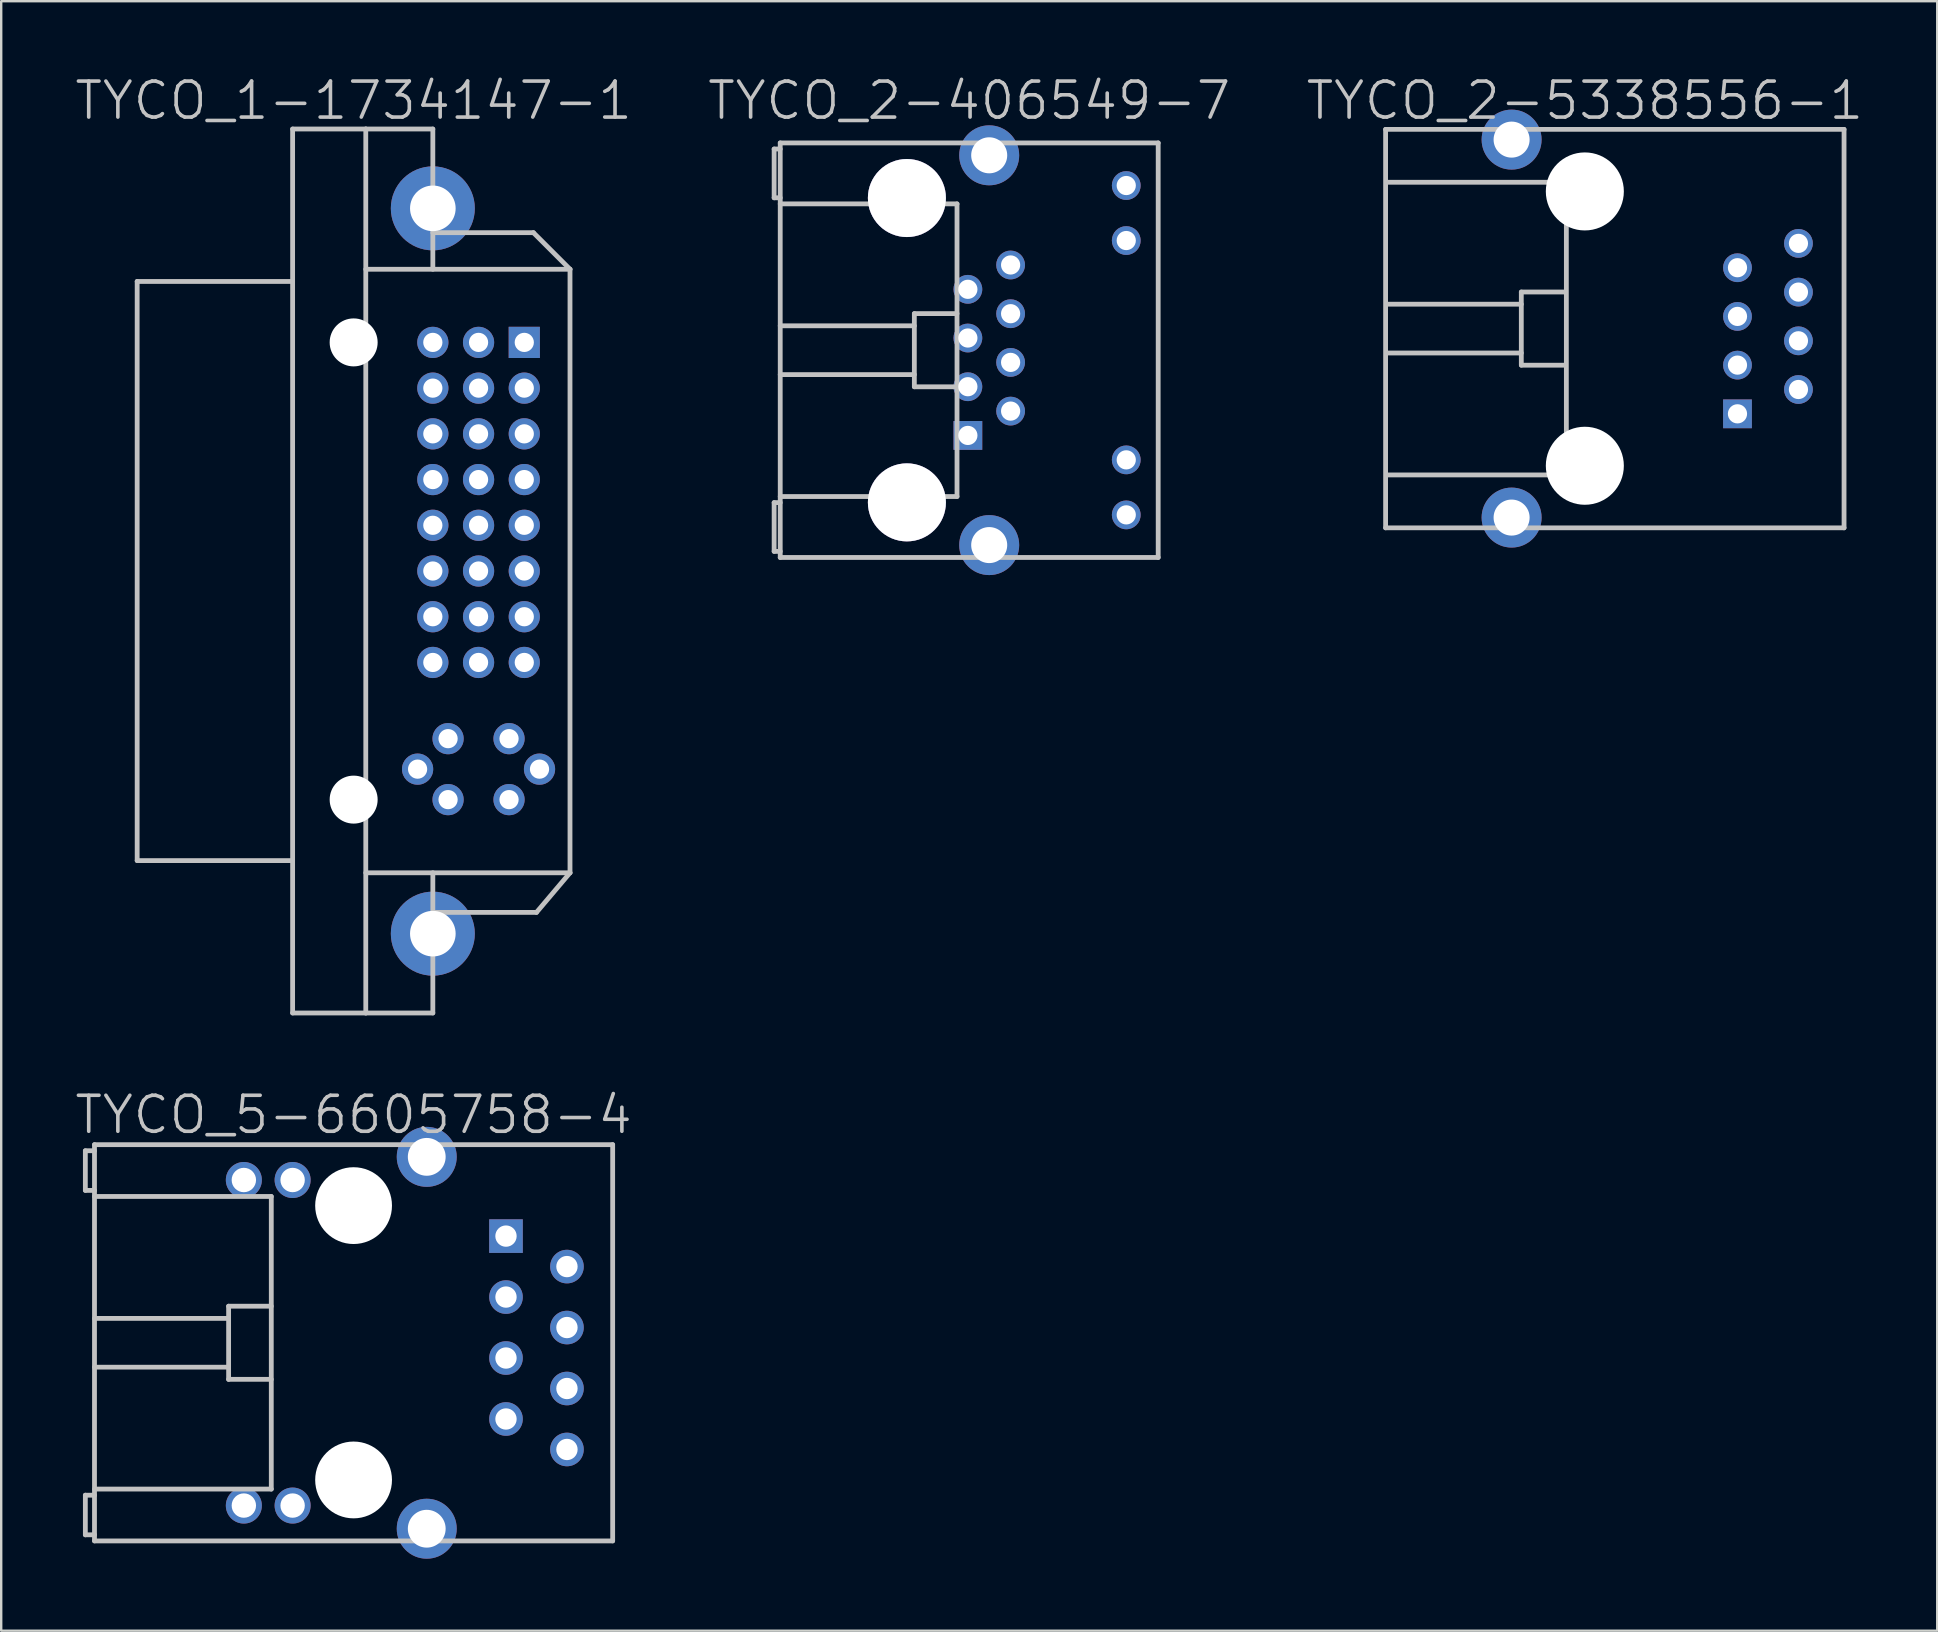
<source format=kicad_pcb>
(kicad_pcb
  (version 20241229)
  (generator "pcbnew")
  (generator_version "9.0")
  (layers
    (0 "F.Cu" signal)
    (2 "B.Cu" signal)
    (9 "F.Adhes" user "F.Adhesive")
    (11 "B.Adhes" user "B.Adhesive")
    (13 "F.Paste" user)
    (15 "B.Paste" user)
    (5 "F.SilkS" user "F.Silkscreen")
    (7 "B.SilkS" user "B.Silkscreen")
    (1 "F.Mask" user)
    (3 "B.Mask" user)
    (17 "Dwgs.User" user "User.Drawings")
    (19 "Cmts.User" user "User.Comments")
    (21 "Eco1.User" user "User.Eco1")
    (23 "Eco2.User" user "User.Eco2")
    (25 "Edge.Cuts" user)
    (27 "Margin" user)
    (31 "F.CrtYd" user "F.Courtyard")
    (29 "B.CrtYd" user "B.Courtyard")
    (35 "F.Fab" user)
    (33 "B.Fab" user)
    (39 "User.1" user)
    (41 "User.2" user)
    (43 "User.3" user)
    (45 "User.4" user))
  (footprint "TYCO_1-1734147-1"
    (layer "F.Cu")
    (at 11.682 20.741)
    (property "Reference" "TYCO_1-1734147-1" (at 0 -19.6 180) (layer "Dwgs.User") (effects (font (size 1.5 1.5) (thickness 0.15))))
    (attr through_hole)
    (fp_line (start -9.017 -12.065) (end -9.017 12.065) (stroke (width 0.2) (type solid)) (layer "Dwgs.User"))
    (fp_line (start -9.017 -12.065) (end -2.54 -12.065) (stroke (width 0.2) (type solid)) (layer "Dwgs.User"))
    (fp_line (start -9.017 12.065) (end -2.54 12.065) (stroke (width 0.2) (type solid)) (layer "Dwgs.User"))
    (fp_line (start -2.54 -18.415) (end -2.54 18.415) (stroke (width 0.2) (type solid)) (layer "Dwgs.User"))
    (fp_line (start 0.508 -18.415) (end -2.54 -18.415) (stroke (width 0.2) (type solid)) (layer "Dwgs.User"))
    (fp_line (start 0.508 -18.415) (end 0.508 18.415) (stroke (width 0.2) (type solid)) (layer "Dwgs.User"))
    (fp_line (start 0.508 -18.415) (end 3.302 -18.415) (stroke (width 0.2) (type solid)) (layer "Dwgs.User"))
    (fp_line (start 0.508 18.415) (end -2.54 18.415) (stroke (width 0.2) (type solid)) (layer "Dwgs.User"))
    (fp_line (start 0.508 18.415) (end 3.302 18.415) (stroke (width 0.2) (type solid)) (layer "Dwgs.User"))
    (fp_line (start 3.302 -18.415) (end 3.302 -12.573) (stroke (width 0.2) (type solid)) (layer "Dwgs.User"))
    (fp_line (start 3.302 18.415) (end 3.302 12.573) (stroke (width 0.2) (type solid)) (layer "Dwgs.User"))
    (fp_line (start 7.493 -14.097) (end 3.302 -14.097) (stroke (width 0.2) (type solid)) (layer "Dwgs.User"))
    (fp_line (start 7.62 14.224) (end 3.302 14.224) (stroke (width 0.2) (type solid)) (layer "Dwgs.User"))
    (fp_line (start 9.017 -12.573) (end 0.508 -12.573) (stroke (width 0.2) (type solid)) (layer "Dwgs.User"))
    (fp_line (start 9.017 -12.573) (end 7.493 -14.097) (stroke (width 0.2) (type solid)) (layer "Dwgs.User"))
    (fp_line (start 9.017 -12.573) (end 9.017 12.573) (stroke (width 0.2) (type solid)) (layer "Dwgs.User"))
    (fp_line (start 9.017 12.573) (end 0.508 12.573) (stroke (width 0.2) (type solid)) (layer "Dwgs.User"))
    (fp_line (start 9.017 12.573) (end 7.62 14.224) (stroke (width 0.2) (type solid)) (layer "Dwgs.User"))
    (pad "" np_thru_hole circle (at 0.003 -9.525 270) (size 1.999 1.999) (drill 1.999) (layers "*.Cu" "*.Mask"))
    (pad "" np_thru_hole circle (at 0.003 9.525 270) (size 1.999 1.999) (drill 1.999) (layers "*.Cu" "*.Mask"))
    (pad "" thru_hole circle (at 3.302 -15.11 270) (size 3.5 3.5) (drill 1.9) (layers "*.Cu"))
    (pad "" thru_hole circle (at 3.302 15.11 270) (size 3.5 3.5) (drill 1.9) (layers "*.Cu"))
    (pad "1" thru_hole rect (at 7.112 -9.525) (size 1.3 1.3) (drill 0.8) (layers "*.Cu"))
    (pad "2" thru_hole circle (at 7.112 -7.62 270) (size 1.3 1.3) (drill 0.8) (layers "*.Cu"))
    (pad "3" thru_hole circle (at 7.112 -5.715 270) (size 1.3 1.3) (drill 0.8) (layers "*.Cu"))
    (pad "4" thru_hole circle (at 7.112 -3.81 270) (size 1.3 1.3) (drill 0.8) (layers "*.Cu"))
    (pad "5" thru_hole circle (at 7.112 -1.905 270) (size 1.3 1.3) (drill 0.8) (layers "*.Cu"))
    (pad "6" thru_hole circle (at 7.112 0 270) (size 1.3 1.3) (drill 0.8) (layers "*.Cu"))
    (pad "7" thru_hole circle (at 7.112 1.905 270) (size 1.3 1.3) (drill 0.8) (layers "*.Cu"))
    (pad "8" thru_hole circle (at 7.112 3.81 270) (size 1.3 1.3) (drill 0.8) (layers "*.Cu"))
    (pad "9" thru_hole circle (at 5.207 -9.525 270) (size 1.3 1.3) (drill 0.8) (layers "*.Cu"))
    (pad "10" thru_hole circle (at 5.207 -7.62 270) (size 1.3 1.3) (drill 0.8) (layers "*.Cu"))
    (pad "11" thru_hole circle (at 5.207 -5.715 270) (size 1.3 1.3) (drill 0.8) (layers "*.Cu"))
    (pad "12" thru_hole circle (at 5.207 -3.81 270) (size 1.3 1.3) (drill 0.8) (layers "*.Cu"))
    (pad "13" thru_hole circle (at 5.207 -1.905 270) (size 1.3 1.3) (drill 0.8) (layers "*.Cu"))
    (pad "14" thru_hole circle (at 5.207 0 270) (size 1.3 1.3) (drill 0.8) (layers "*.Cu"))
    (pad "15" thru_hole circle (at 5.207 1.905 270) (size 1.3 1.3) (drill 0.8) (layers "*.Cu"))
    (pad "16" thru_hole circle (at 5.207 3.81 270) (size 1.3 1.3) (drill 0.8) (layers "*.Cu"))
    (pad "17" thru_hole circle (at 3.302 -9.525 270) (size 1.3 1.3) (drill 0.8) (layers "*.Cu"))
    (pad "18" thru_hole circle (at 3.302 -7.62 270) (size 1.3 1.3) (drill 0.8) (layers "*.Cu"))
    (pad "19" thru_hole circle (at 3.302 -5.715 270) (size 1.3 1.3) (drill 0.8) (layers "*.Cu"))
    (pad "20" thru_hole circle (at 3.302 -3.81 270) (size 1.3 1.3) (drill 0.8) (layers "*.Cu"))
    (pad "21" thru_hole circle (at 3.302 -1.905 270) (size 1.3 1.3) (drill 0.8) (layers "*.Cu"))
    (pad "22" thru_hole circle (at 3.302 0 270) (size 1.3 1.3) (drill 0.8) (layers "*.Cu"))
    (pad "23" thru_hole circle (at 3.302 1.905 270) (size 1.3 1.3) (drill 0.8) (layers "*.Cu"))
    (pad "24" thru_hole circle (at 3.302 3.81 270) (size 1.3 1.3) (drill 0.8) (layers "*.Cu"))
    (pad "C1" thru_hole circle (at 6.477 6.985 270) (size 1.3 1.3) (drill 0.8) (layers "*.Cu"))
    (pad "C2" thru_hole circle (at 6.477 9.525 270) (size 1.3 1.3) (drill 0.8) (layers "*.Cu"))
    (pad "C3" thru_hole circle (at 3.937 6.985 270) (size 1.3 1.3) (drill 0.8) (layers "*.Cu"))
    (pad "C4" thru_hole circle (at 3.937 9.525 270) (size 1.3 1.3) (drill 0.8) (layers "*.Cu"))
    (pad "C5" thru_hole circle (at 2.667 8.255 270) (size 1.3 1.3) (drill 0.8) (layers "*.Cu"))
    (pad "C5" thru_hole circle (at 7.747 8.255 270) (size 1.3 1.3) (drill 0.8) (layers "*.Cu")))
  (footprint "TYCO_2-406549-7"
    (layer "F.Cu")
    (at 37.332 11.541)
    (property "Reference" "TYCO_2-406549-7" (at 0 -10.4 180) (layer "Dwgs.User") (effects (font (size 1.5 1.5) (thickness 0.15))))
    (attr through_hole)
    (fp_line (start -8.128 -8.382) (end -8.128 -6.35) (stroke (width 0.2) (type solid)) (layer "Dwgs.User"))
    (fp_line (start -8.128 -6.35) (end -7.874 -6.35) (stroke (width 0.2) (type solid)) (layer "Dwgs.User"))
    (fp_line (start -8.128 6.35) (end -8.128 8.382) (stroke (width 0.2) (type solid)) (layer "Dwgs.User"))
    (fp_line (start -8.128 8.382) (end -7.874 8.382) (stroke (width 0.2) (type solid)) (layer "Dwgs.User"))
    (fp_line (start -7.874 -8.636) (end 7.874 -8.636) (stroke (width 0.2) (type solid)) (layer "Dwgs.User"))
    (fp_line (start -7.874 -8.382) (end -8.128 -8.382) (stroke (width 0.2) (type solid)) (layer "Dwgs.User"))
    (fp_line (start -7.874 -6.096) (end -0.508 -6.096) (stroke (width 0.2) (type solid)) (layer "Dwgs.User"))
    (fp_line (start -7.874 -1.016) (end -2.286 -1.016) (stroke (width 0.2) (type solid)) (layer "Dwgs.User"))
    (fp_line (start -7.874 6.35) (end -8.128 6.35) (stroke (width 0.2) (type solid)) (layer "Dwgs.User"))
    (fp_line (start -7.874 8.636) (end -7.874 -8.636) (stroke (width 0.2) (type solid)) (layer "Dwgs.User"))
    (fp_line (start -2.286 -1.524) (end -0.508 -1.524) (stroke (width 0.2) (type solid)) (layer "Dwgs.User"))
    (fp_line (start -2.286 1.016) (end -7.874 1.016) (stroke (width 0.2) (type solid)) (layer "Dwgs.User"))
    (fp_line (start -2.286 1.524) (end -2.286 -1.524) (stroke (width 0.2) (type solid)) (layer "Dwgs.User"))
    (fp_line (start -0.508 -6.096) (end -0.508 6.096) (stroke (width 0.2) (type solid)) (layer "Dwgs.User"))
    (fp_line (start -0.508 1.524) (end -2.286 1.524) (stroke (width 0.2) (type solid)) (layer "Dwgs.User"))
    (fp_line (start -0.508 6.096) (end -7.874 6.096) (stroke (width 0.2) (type solid)) (layer "Dwgs.User"))
    (fp_line (start 7.874 -8.636) (end 7.874 8.636) (stroke (width 0.2) (type solid)) (layer "Dwgs.User"))
    (fp_line (start 7.874 8.636) (end -7.874 8.636) (stroke (width 0.2) (type solid)) (layer "Dwgs.User"))
    (pad "" thru_hole circle (at -2.596 -6.34 270) (size 3.251 3.251) (drill 3.251) (layers "*.Cu"))
    (pad "" thru_hole circle (at -2.596 6.34 270) (size 3.251 3.251) (drill 3.251) (layers "*.Cu"))
    (pad "" thru_hole circle (at 0.833 -8.12 270) (size 2.499 2.499) (drill 1.501) (layers "*.Cu"))
    (pad "" thru_hole circle (at 0.833 8.12 270) (size 2.499 2.499) (drill 1.501) (layers "*.Cu"))
    (pad "1" thru_hole rect (at -0.056 3.551) (size 1.199 1.199) (drill 0.8) (layers "*.Cu"))
    (pad "2" thru_hole circle (at 1.725 2.537 270) (size 1.199 1.199) (drill 0.8) (layers "*.Cu"))
    (pad "3" thru_hole circle (at -0.056 1.521 270) (size 1.199 1.199) (drill 0.8) (layers "*.Cu"))
    (pad "4" thru_hole circle (at 1.725 0.508 270) (size 1.199 1.199) (drill 0.8) (layers "*.Cu"))
    (pad "5" thru_hole circle (at -0.056 -0.508 270) (size 1.199 1.199) (drill 0.8) (layers "*.Cu"))
    (pad "6" thru_hole circle (at 1.725 -1.521 270) (size 1.199 1.199) (drill 0.8) (layers "*.Cu"))
    (pad "7" thru_hole circle (at -0.056 -2.537 270) (size 1.199 1.199) (drill 0.8) (layers "*.Cu"))
    (pad "8" thru_hole circle (at 1.725 -3.551 270) (size 1.199 1.199) (drill 0.8) (layers "*.Cu"))
    (pad "9" thru_hole circle (at 6.543 6.861 270) (size 1.199 1.199) (drill 0.8) (layers "*.Cu"))
    (pad "10" thru_hole circle (at 6.543 4.569 270) (size 1.199 1.199) (drill 0.8) (layers "*.Cu"))
    (pad "11" thru_hole circle (at 6.543 -4.569 270) (size 1.199 1.199) (drill 0.8) (layers "*.Cu"))
    (pad "12" thru_hole circle (at 6.543 -6.861 270) (size 1.199 1.199) (drill 0.8) (layers "*.Cu")))
  (footprint "TYCO_5-6605758-4"
    (layer "F.Cu")
    (at 11.682 52.897)
    (property "Reference" "TYCO_5-6605758-4" (at 0 -9.5 180) (layer "Dwgs.User") (effects (font (size 1.5 1.5) (thickness 0.15))))
    (attr through_hole)
    (fp_line (start -11.176 -8.001) (end -11.176 -6.35) (stroke (width 0.2) (type solid)) (layer "Dwgs.User"))
    (fp_line (start -11.176 -8.001) (end -10.795 -8.001) (stroke (width 0.2) (type solid)) (layer "Dwgs.User"))
    (fp_line (start -11.176 -6.35) (end -10.795 -6.35) (stroke (width 0.2) (type solid)) (layer "Dwgs.User"))
    (fp_line (start -11.176 6.35) (end -11.176 8.001) (stroke (width 0.2) (type solid)) (layer "Dwgs.User"))
    (fp_line (start -11.176 6.35) (end -10.795 6.35) (stroke (width 0.2) (type solid)) (layer "Dwgs.User"))
    (fp_line (start -11.176 8.001) (end -10.795 8.001) (stroke (width 0.2) (type solid)) (layer "Dwgs.User"))
    (fp_line (start -10.795 -8.255) (end -10.795 8.255) (stroke (width 0.2) (type solid)) (layer "Dwgs.User"))
    (fp_line (start -10.795 -8.255) (end 10.795 -8.255) (stroke (width 0.2) (type solid)) (layer "Dwgs.User"))
    (fp_line (start -10.795 -1.016) (end -5.207 -1.016) (stroke (width 0.2) (type solid)) (layer "Dwgs.User"))
    (fp_line (start -5.207 -1.524) (end -3.429 -1.524) (stroke (width 0.2) (type solid)) (layer "Dwgs.User"))
    (fp_line (start -5.207 1.016) (end -10.795 1.016) (stroke (width 0.2) (type solid)) (layer "Dwgs.User"))
    (fp_line (start -5.207 1.524) (end -5.207 -1.524) (stroke (width 0.2) (type solid)) (layer "Dwgs.User"))
    (fp_line (start -3.429 -6.096) (end -10.795 -6.096) (stroke (width 0.2) (type solid)) (layer "Dwgs.User"))
    (fp_line (start -3.429 -6.096) (end -3.429 6.096) (stroke (width 0.2) (type solid)) (layer "Dwgs.User"))
    (fp_line (start -3.429 1.524) (end -5.207 1.524) (stroke (width 0.2) (type solid)) (layer "Dwgs.User"))
    (fp_line (start -3.429 6.096) (end -10.795 6.096) (stroke (width 0.2) (type solid)) (layer "Dwgs.User"))
    (fp_line (start 10.795 -8.255) (end 10.795 8.255) (stroke (width 0.2) (type solid)) (layer "Dwgs.User"))
    (fp_line (start 10.795 8.255) (end -10.795 8.255) (stroke (width 0.2) (type solid)) (layer "Dwgs.User"))
    (pad "" np_thru_hole circle (at 0 -5.715 270) (size 3.2 3.2) (drill 3.2) (layers "*.Cu" "*.Mask"))
    (pad "" np_thru_hole circle (at 0 5.715 270) (size 3.2 3.2) (drill 3.2) (layers "*.Cu" "*.Mask"))
    (pad "" thru_hole circle (at 3.048 -7.747 270) (size 2.499 2.499) (drill 1.575) (layers "*.Cu"))
    (pad "" thru_hole circle (at 3.048 7.747 270) (size 2.499 2.499) (drill 1.575) (layers "*.Cu"))
    (pad "1" thru_hole rect (at 6.35 -4.445) (size 1.4 1.4) (drill 0.889) (layers "*.Cu"))
    (pad "2" thru_hole circle (at 8.89 -3.175 270) (size 1.4 1.4) (drill 0.889) (layers "*.Cu"))
    (pad "3" thru_hole circle (at 6.35 -1.905 270) (size 1.4 1.4) (drill 0.889) (layers "*.Cu"))
    (pad "4" thru_hole circle (at 8.89 -0.635 270) (size 1.4 1.4) (drill 0.889) (layers "*.Cu"))
    (pad "5" thru_hole circle (at 6.35 0.635 270) (size 1.4 1.4) (drill 0.889) (layers "*.Cu"))
    (pad "6" thru_hole circle (at 8.89 1.905 270) (size 1.4 1.4) (drill 0.889) (layers "*.Cu"))
    (pad "7" thru_hole circle (at 6.35 3.175 270) (size 1.4 1.4) (drill 0.889) (layers "*.Cu"))
    (pad "8" thru_hole circle (at 8.89 4.445 270) (size 1.4 1.4) (drill 0.889) (layers "*.Cu"))
    (pad "9" thru_hole circle (at -2.54 -6.782 270) (size 1.501 1.501) (drill 1.016) (layers "*.Cu"))
    (pad "10" thru_hole circle (at -4.572 -6.782 270) (size 1.501 1.501) (drill 1.016) (layers "*.Cu"))
    (pad "11" thru_hole circle (at -2.54 6.782 270) (size 1.501 1.501) (drill 1.016) (layers "*.Cu"))
    (pad "12" thru_hole circle (at -4.572 6.782 270) (size 1.501 1.501) (drill 1.016) (layers "*.Cu")))
  (footprint "TYCO_2-5338556-1"
    (layer "F.Cu")
    (at 62.982 10.641)
    (property "Reference" "TYCO_2-5338556-1" (at 0 -9.5 180) (layer "Dwgs.User") (effects (font (size 1.5 1.5) (thickness 0.15))))
    (attr through_hole)
    (fp_line (start -8.301 -8.301) (end 10.8 -8.301) (stroke (width 0.2) (type solid)) (layer "Dwgs.User"))
    (fp_line (start -8.301 8.301) (end -8.301 -8.301) (stroke (width 0.2) (type solid)) (layer "Dwgs.User"))
    (fp_line (start -8.235 -6.096) (end -0.869 -6.096) (stroke (width 0.2) (type solid)) (layer "Dwgs.User"))
    (fp_line (start -8.235 -1.016) (end -2.647 -1.016) (stroke (width 0.2) (type solid)) (layer "Dwgs.User"))
    (fp_line (start -2.647 -1.524) (end -0.869 -1.524) (stroke (width 0.2) (type solid)) (layer "Dwgs.User"))
    (fp_line (start -2.647 1.016) (end -8.235 1.016) (stroke (width 0.2) (type solid)) (layer "Dwgs.User"))
    (fp_line (start -2.647 1.524) (end -2.647 -1.524) (stroke (width 0.2) (type solid)) (layer "Dwgs.User"))
    (fp_line (start -0.869 6.096) (end -8.235 6.096) (stroke (width 0.2) (type solid)) (layer "Dwgs.User"))
    (fp_line (start -0.866 1.524) (end -2.644 1.524) (stroke (width 0.2) (type solid)) (layer "Dwgs.User"))
    (fp_line (start -0.77 -6.096) (end -0.77 6.096) (stroke (width 0.2) (type solid)) (layer "Dwgs.User"))
    (fp_line (start 10.8 -8.301) (end 10.8 8.301) (stroke (width 0.2) (type solid)) (layer "Dwgs.User"))
    (fp_line (start 10.8 8.301) (end -8.301 8.301) (stroke (width 0.2) (type solid)) (layer "Dwgs.User"))
    (pad "" thru_hole circle (at -3.051 -7.874 270) (size 2.499 2.499) (drill 1.501) (layers "*.Cu"))
    (pad "" thru_hole circle (at -3.051 7.874 270) (size 2.499 2.499) (drill 1.501) (layers "*.Cu"))
    (pad "" np_thru_hole circle (at 0 -5.715 270) (size 3.251 3.251) (drill 3.251) (layers "*.Cu" "*.Mask"))
    (pad "" np_thru_hole circle (at 0 5.715 270) (size 3.251 3.251) (drill 3.251) (layers "*.Cu" "*.Mask"))
    (pad "1" thru_hole rect (at 6.36 3.551) (size 1.199 1.199) (drill 0.8) (layers "*.Cu"))
    (pad "2" thru_hole circle (at 8.9 2.537 270) (size 1.199 1.199) (drill 0.8) (layers "*.Cu"))
    (pad "3" thru_hole circle (at 6.36 1.521 270) (size 1.199 1.199) (drill 0.8) (layers "*.Cu"))
    (pad "4" thru_hole circle (at 8.9 0.508 270) (size 1.199 1.199) (drill 0.8) (layers "*.Cu"))
    (pad "5" thru_hole circle (at 6.36 -0.508 270) (size 1.199 1.199) (drill 0.8) (layers "*.Cu"))
    (pad "6" thru_hole circle (at 8.9 -1.521 270) (size 1.199 1.199) (drill 0.8) (layers "*.Cu"))
    (pad "7" thru_hole circle (at 6.36 -2.537 270) (size 1.199 1.199) (drill 0.8) (layers "*.Cu"))
    (pad "8" thru_hole circle (at 8.9 -3.551 270) (size 1.199 1.199) (drill 0.8) (layers "*.Cu")))
  (gr_rect
    (start -3 -3)
    (end 77.664 64.893)
    (stroke (width 0.1) (type default))
    (fill no)
    (layer "Edge.Cuts")))
</source>
